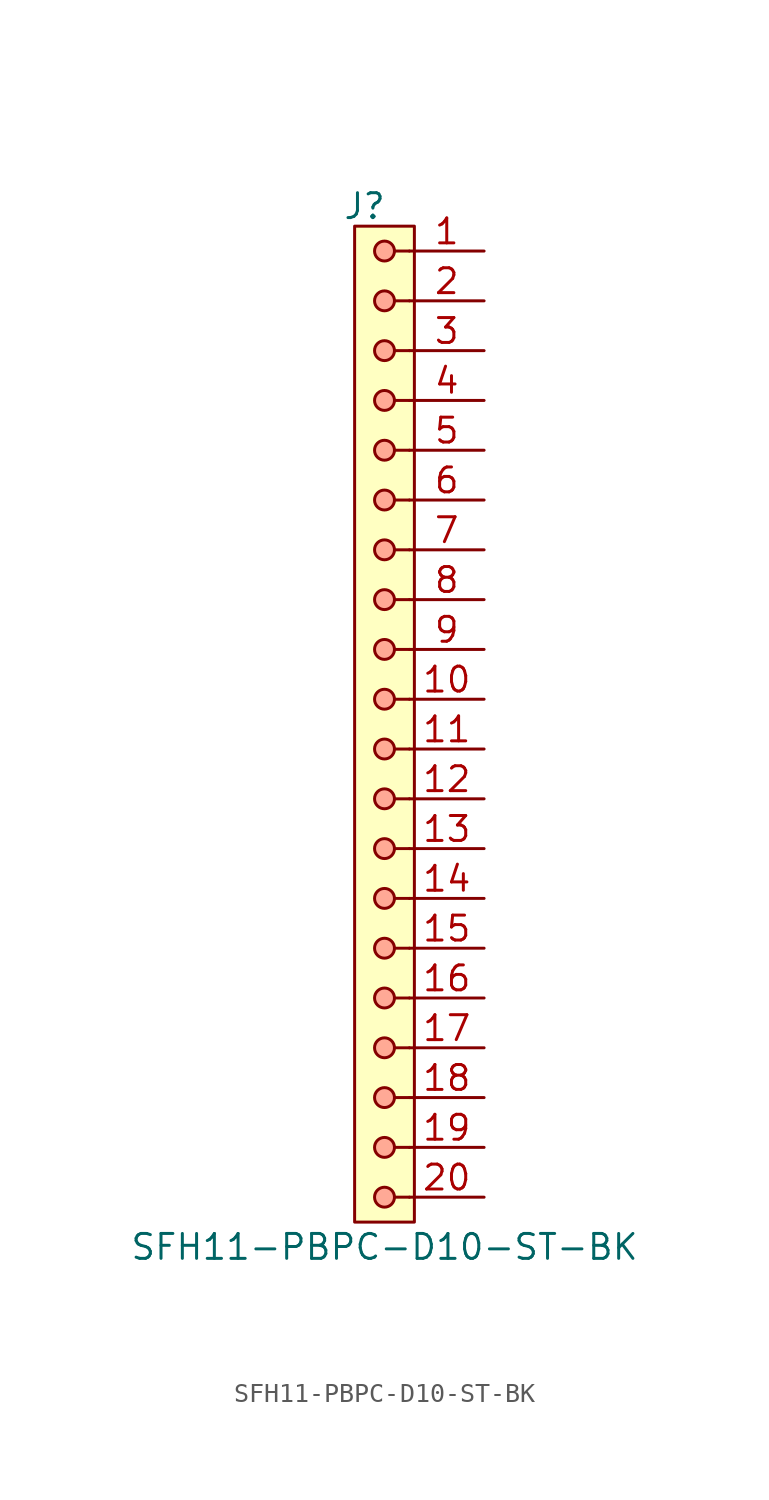
<source format=kicad_sym>
(kicad_symbol_lib
  (version 20241209)
  (generator "kicad_symbol_editor")
  (generator_version "9.0")
  (symbol "SFH11-PBPC-D10-ST-BK"
    (pin_names
      (hide yes))
    (property "Reference" "J"
      (at -1.016 2.286 0)
      (effects (font (size 1.27 1.27))))
    (property "Value" "SFH11-PBPC-D10-ST-BK"
      (at 0 -50.8 0)
      (effects (font (size 1.27 1.27))))
    (symbol "SFH11-PBPC-D10-ST-BK_0_1"
      (polyline (pts (xy 0.508 0) (xy 1.27 0)) (stroke (width 0) (type default)) (fill (type none)))
      (polyline (pts (xy 0.508 -5.08) (xy 1.27 -5.08)) (stroke (width 0) (type default)) (fill (type none)))
      (polyline (pts (xy 0.508 -10.16) (xy 1.27 -10.16)) (stroke (width 0) (type default)) (fill (type none)))
      (polyline (pts (xy 0.508 -15.24) (xy 1.27 -15.24)) (stroke (width 0) (type default)) (fill (type none)))
      (polyline (pts (xy 0.508 -20.32) (xy 1.27 -20.32)) (stroke (width 0) (type default)) (fill (type none)))
      (polyline (pts (xy 0.508 -25.4) (xy 1.27 -25.4)) (stroke (width 0) (type default)) (fill (type none)))
      (polyline (pts (xy 0.508 -30.48) (xy 1.27 -30.48)) (stroke (width 0) (type default)) (fill (type none)))
      (polyline (pts (xy 0.508 -35.56) (xy 1.27 -35.56)) (stroke (width 0) (type default)) (fill (type none)))
      (polyline (pts (xy 0.508 -40.64) (xy 1.27 -40.64)) (stroke (width 0) (type default)) (fill (type none)))
      (polyline (pts (xy 0.508 -45.72) (xy 1.27 -45.72)) (stroke (width 0) (type default)) (fill (type none)))
      (polyline (pts (xy 1.27 -2.54) (xy 0.508 -2.54)) (stroke (width 0) (type default)) (fill (type none)))
      (polyline (pts (xy 1.27 -7.62) (xy 0.508 -7.62)) (stroke (width 0) (type default)) (fill (type none)))
      (polyline (pts (xy 1.27 -12.7) (xy 0.508 -12.7)) (stroke (width 0) (type default)) (fill (type none)))
      (polyline (pts (xy 1.27 -17.78) (xy 0.508 -17.78)) (stroke (width 0) (type default)) (fill (type none)))
      (polyline (pts (xy 1.27 -22.86) (xy 0.508 -22.86)) (stroke (width 0) (type default)) (fill (type none)))
      (polyline (pts (xy 1.27 -27.94) (xy 0.508 -27.94)) (stroke (width 0) (type default)) (fill (type none)))
      (polyline (pts (xy 1.27 -33.02) (xy 0.508 -33.02)) (stroke (width 0) (type default)) (fill (type none)))
      (polyline (pts (xy 1.27 -38.1) (xy 0.508 -38.1)) (stroke (width 0) (type default)) (fill (type none)))
      (polyline (pts (xy 1.27 -43.18) (xy 0.508 -43.18)) (stroke (width 0) (type default)) (fill (type none)))
      (polyline (pts (xy 1.27 -48.26) (xy 0.508 -48.26)) (stroke (width 0) (type default)) (fill (type none))))
    (symbol "SFH11-PBPC-D10-ST-BK_1_1"
      (rectangle (start -1.524 1.27) (end 1.524 -49.53) (stroke (width 0) (type solid)) (fill (type background)))
      (circle (center 0 0) (radius 0.508) (stroke (width 0) (type solid)) (fill (type color) (color 255 170 149 1)))
      (circle (center 0 -2.54) (radius 0.508) (stroke (width 0) (type solid)) (fill (type color) (color 255 169 150 1)))
      (circle (center 0 -5.08) (radius 0.508) (stroke (width 0) (type solid)) (fill (type color) (color 255 170 149 1)))
      (circle (center 0 -7.62) (radius 0.508) (stroke (width 0) (type solid)) (fill (type color) (color 255 169 150 1)))
      (circle (center 0 -10.16) (radius 0.508) (stroke (width 0) (type solid)) (fill (type color) (color 255 170 149 1)))
      (circle (center 0 -12.7) (radius 0.508) (stroke (width 0) (type solid)) (fill (type color) (color 255 169 150 1)))
      (circle (center 0 -15.24) (radius 0.508) (stroke (width 0) (type solid)) (fill (type color) (color 255 170 149 1)))
      (circle (center 0 -17.78) (radius 0.508) (stroke (width 0) (type solid)) (fill (type color) (color 255 169 150 1)))
      (circle (center 0 -20.32) (radius 0.508) (stroke (width 0) (type solid)) (fill (type color) (color 255 170 149 1)))
      (circle (center 0 -22.86) (radius 0.508) (stroke (width 0) (type solid)) (fill (type color) (color 255 169 150 1)))
      (circle (center 0 -25.4) (radius 0.508) (stroke (width 0) (type solid)) (fill (type color) (color 255 170 149 1)))
      (circle (center 0 -27.94) (radius 0.508) (stroke (width 0) (type solid)) (fill (type color) (color 255 169 150 1)))
      (circle (center 0 -30.48) (radius 0.508) (stroke (width 0) (type solid)) (fill (type color) (color 255 170 149 1)))
      (circle (center 0 -33.02) (radius 0.508) (stroke (width 0) (type solid)) (fill (type color) (color 255 169 150 1)))
      (circle (center 0 -35.56) (radius 0.508) (stroke (width 0) (type solid)) (fill (type color) (color 255 170 149 1)))
      (circle (center 0 -38.1) (radius 0.508) (stroke (width 0) (type solid)) (fill (type color) (color 255 169 150 1)))
      (circle (center 0 -40.64) (radius 0.508) (stroke (width 0) (type solid)) (fill (type color) (color 255 170 149 1)))
      (circle (center 0 -43.18) (radius 0.508) (stroke (width 0) (type solid)) (fill (type color) (color 255 169 150 1)))
      (circle (center 0 -45.72) (radius 0.508) (stroke (width 0) (type solid)) (fill (type color) (color 255 170 149 1)))
      (circle (center 0 -48.26) (radius 0.508) (stroke (width 0) (type solid)) (fill (type color) (color 255 169 150 1)))
      (pin passive line (at 5.08 0 180) (length 3.81) (name "Pin_1" (effects (font (size 1.27 1.27)))) (number "1" (effects (font (size 1.27 1.27)))))
      (pin passive line (at 5.08 -2.54 180) (length 3.81) (name "Pin_2" (effects (font (size 1.27 1.27)))) (number "2" (effects (font (size 1.27 1.27)))))
      (pin passive line (at 5.08 -5.08 180) (length 3.81) (name "Pin_3" (effects (font (size 1.27 1.27)))) (number "3" (effects (font (size 1.27 1.27)))))
      (pin passive line (at 5.08 -7.62 180) (length 3.81) (name "Pin_4" (effects (font (size 1.27 1.27)))) (number "4" (effects (font (size 1.27 1.27)))))
      (pin passive line (at 5.08 -10.16 180) (length 3.81) (name "Pin_5" (effects (font (size 1.27 1.27)))) (number "5" (effects (font (size 1.27 1.27)))))
      (pin passive line (at 5.08 -12.7 180) (length 3.81) (name "Pin_6" (effects (font (size 1.27 1.27)))) (number "6" (effects (font (size 1.27 1.27)))))
      (pin passive line (at 5.08 -15.24 180) (length 3.81) (name "Pin_7" (effects (font (size 1.27 1.27)))) (number "7" (effects (font (size 1.27 1.27)))))
      (pin passive line (at 5.08 -17.78 180) (length 3.81) (name "Pin_8" (effects (font (size 1.27 1.27)))) (number "8" (effects (font (size 1.27 1.27)))))
      (pin passive line (at 5.08 -20.32 180) (length 3.81) (name "Pin_9" (effects (font (size 1.27 1.27)))) (number "9" (effects (font (size 1.27 1.27)))))
      (pin passive line (at 5.08 -22.86 180) (length 3.81) (name "Pin_10" (effects (font (size 1.27 1.27)))) (number "10" (effects (font (size 1.27 1.27)))))
      (pin passive line (at 5.08 -25.4 180) (length 3.81) (name "Pin_11" (effects (font (size 1.27 1.27)))) (number "11" (effects (font (size 1.27 1.27)))))
      (pin passive line (at 5.08 -27.94 180) (length 3.81) (name "Pin_12" (effects (font (size 1.27 1.27)))) (number "12" (effects (font (size 1.27 1.27)))))
      (pin passive line (at 5.08 -30.48 180) (length 3.81) (name "Pin_13" (effects (font (size 1.27 1.27)))) (number "13" (effects (font (size 1.27 1.27)))))
      (pin passive line (at 5.08 -33.02 180) (length 3.81) (name "Pin_14" (effects (font (size 1.27 1.27)))) (number "14" (effects (font (size 1.27 1.27)))))
      (pin passive line (at 5.08 -35.56 180) (length 3.81) (name "Pin_15" (effects (font (size 1.27 1.27)))) (number "15" (effects (font (size 1.27 1.27)))))
      (pin passive line (at 5.08 -38.1 180) (length 3.81) (name "Pin_16" (effects (font (size 1.27 1.27)))) (number "16" (effects (font (size 1.27 1.27)))))
      (pin passive line (at 5.08 -40.64 180) (length 3.81) (name "Pin_17" (effects (font (size 1.27 1.27)))) (number "17" (effects (font (size 1.27 1.27)))))
      (pin passive line (at 5.08 -43.18 180) (length 3.81) (name "Pin_18" (effects (font (size 1.27 1.27)))) (number "18" (effects (font (size 1.27 1.27)))))
      (pin passive line (at 5.08 -45.72 180) (length 3.81) (name "Pin_19" (effects (font (size 1.27 1.27)))) (number "19" (effects (font (size 1.27 1.27)))))
      (pin passive line (at 5.08 -48.26 180) (length 3.81) (name "Pin_20" (effects (font (size 1.27 1.27)))) (number "20" (effects (font (size 1.27 1.27))))))))
</source>
